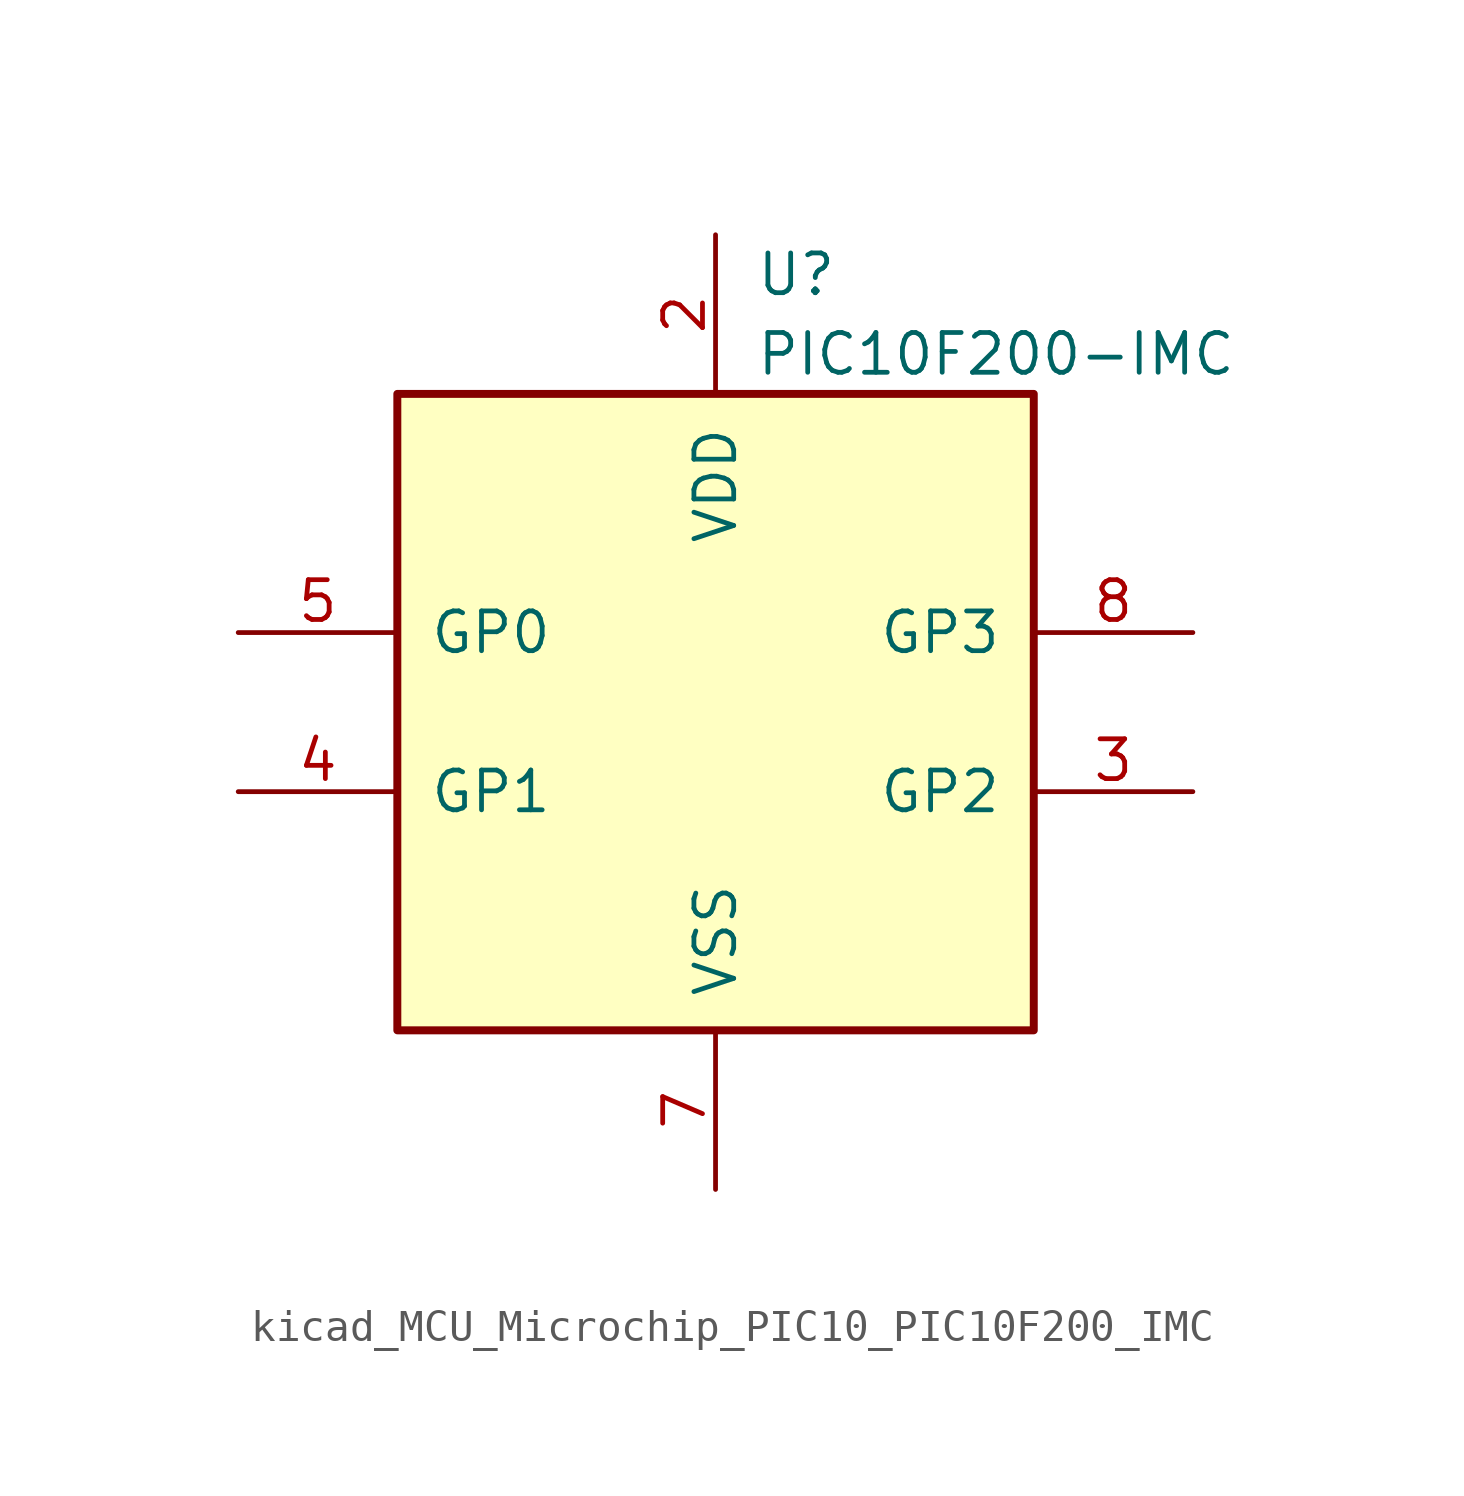
<source format=kicad_sym>
(kicad_symbol_lib
  (version 20220914)
  (generator kicad_symbol_editor)
  (symbol "kicad_MCU_Microchip_PIC10_PIC10F200_IMC"
    (pin_names
      (offset 1.016))
    (property "Reference" "U"
      (at 1.27 13.97 0)
      (effects (font (size 1.27 1.27)) (justify left)))
    (property "Value" "PIC10F200-IMC"
      (at 1.27 11.43 0)
      (effects (font (size 1.27 1.27)) (justify left)))
    (symbol "kicad_MCU_Microchip_PIC10_PIC10F200_IMC_0_1"
      (rectangle (start -10.16 10.16) (end 10.16 -10.16) (stroke (width 0.254) (type default)) (fill (type background))))
    (symbol "kicad_MCU_Microchip_PIC10_PIC10F200_IMC_1_1"
      (pin power_in line (at 0 15.24 270) (length 5.08) (name "VDD" (effects (font (size 1.27 1.27)))) (number "2" (effects (font (size 1.27 1.27)))))
      (pin bidirectional line (at 15.24 -2.54 180) (length 5.08) (name "GP2" (effects (font (size 1.27 1.27)))) (number "3" (effects (font (size 1.27 1.27)))))
      (pin bidirectional line (at -15.24 -2.54 0) (length 5.08) (name "GP1" (effects (font (size 1.27 1.27)))) (number "4" (effects (font (size 1.27 1.27)))))
      (pin bidirectional line (at -15.24 2.54 0) (length 5.08) (name "GP0" (effects (font (size 1.27 1.27)))) (number "5" (effects (font (size 1.27 1.27)))))
      (pin power_in line (at 0 -15.24 90) (length 5.08) (name "VSS" (effects (font (size 1.27 1.27)))) (number "7" (effects (font (size 1.27 1.27)))))
      (pin input line (at 15.24 2.54 180) (length 5.08) (name "GP3" (effects (font (size 1.27 1.27)))) (number "8" (effects (font (size 1.27 1.27))))))))
</source>
